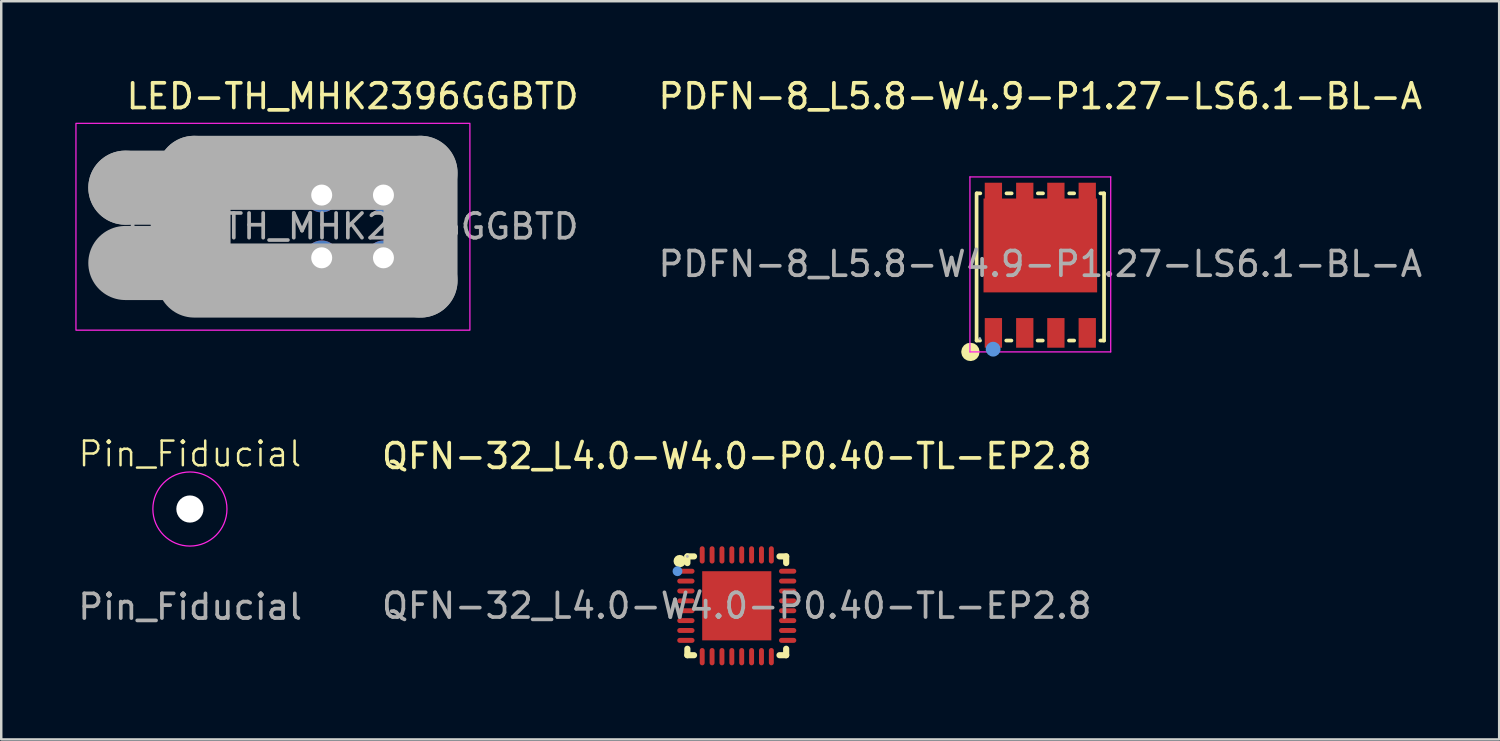
<source format=kicad_pcb>
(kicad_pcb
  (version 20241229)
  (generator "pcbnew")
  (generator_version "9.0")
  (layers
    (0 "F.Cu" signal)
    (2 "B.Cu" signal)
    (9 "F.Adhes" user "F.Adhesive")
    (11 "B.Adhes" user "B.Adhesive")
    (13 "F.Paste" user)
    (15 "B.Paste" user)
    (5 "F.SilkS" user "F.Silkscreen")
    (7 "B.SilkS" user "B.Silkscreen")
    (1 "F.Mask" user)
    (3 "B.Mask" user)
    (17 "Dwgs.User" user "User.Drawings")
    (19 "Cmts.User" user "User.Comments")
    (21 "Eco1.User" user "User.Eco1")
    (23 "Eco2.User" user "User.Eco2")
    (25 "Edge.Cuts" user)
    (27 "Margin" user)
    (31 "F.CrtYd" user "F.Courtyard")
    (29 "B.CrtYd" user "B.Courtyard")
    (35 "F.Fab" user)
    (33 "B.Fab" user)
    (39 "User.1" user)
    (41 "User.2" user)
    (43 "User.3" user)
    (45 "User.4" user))
  (footprint "LED-TH_MHK2396GGBTD"
    (layer "F.Cu")
    (at 11.225 6.118)
    (property "Reference" "LED-TH_MHK2396GGBTD" (at 0 -5.27 0) (layer "F.SilkS") (effects (font (size 1 1) (thickness 0.15))))
    (attr through_hole)
    (fp_rect (start -11.2 -4.175) (end 4.75 4.2) (stroke (width 0.05) (type default)) (fill no) (layer "F.CrtYd"))
    (fp_line (start -9.2 -1.57) (end -9.2 -1.57) (stroke (width 3) (type solid)) (layer "F.Fab"))
    (fp_line (start -9.2 -1.57) (end -6.44 -1.57) (stroke (width 3) (type solid)) (layer "F.Fab"))
    (fp_line (start -6.44 -1.57) (end -6.44 1.48) (stroke (width 3) (type solid)) (layer "F.Fab"))
    (fp_line (start -6.44 1.48) (end -9.2 1.48) (stroke (width 3) (type solid)) (layer "F.Fab"))
    (fp_line (start -6.41 -2.17) (end -6.41 -2.17) (stroke (width 3) (type solid)) (layer "F.Fab"))
    (fp_line (start -6.41 -2.17) (end 2.75 -2.17) (stroke (width 3) (type solid)) (layer "F.Fab"))
    (fp_line (start 2.75 -2.17) (end 2.75 2.19) (stroke (width 3) (type solid)) (layer "F.Fab"))
    (fp_line (start 2.75 2.19) (end -6.41 2.19) (stroke (width 3) (type solid)) (layer "F.Fab"))
    (fp_circle (center 2.7 -2.15) (end 2.73 -2.15) (stroke (width 0.06) (type solid)) (fill no) (layer "F.Fab"))
    (fp_text user "${REFERENCE}" (at 0 0 0) (layer "F.Fab") (effects (font (size 1 1) (thickness 0.15))))
    (pad "1" thru_hole circle (at 1.25 -1.27) (size 1.4 1.4) (drill 0.85) (layers "*.Cu" "*.Mask"))
    (pad "2" thru_hole circle (at 1.25 1.27) (size 1.4 1.4) (drill 0.85) (layers "*.Cu" "*.Mask"))
    (pad "3" thru_hole circle (at -1.25 -1.27) (size 1.4 1.4) (drill 0.85) (layers "*.Cu" "*.Mask"))
    (pad "4" thru_hole circle (at -1.25 1.27) (size 1.4 1.4) (drill 0.85) (layers "*.Cu" "*.Mask")))
  (footprint "PDFN-8_L5.8-W4.9-P1.27-LS6.1-BL-A"
    (layer "F.Cu")
    (at 39.07 7.638)
    (property "Reference" "PDFN-8_L5.8-W4.9-P1.27-LS6.1-BL-A" (at 0 -6.79 0) (layer "F.SilkS") (effects (font (size 1 1) (thickness 0.15))))
    (attr smd)
    (fp_line (start -2.58 -2.86) (end -2.58 3.1) (stroke (width 0.15) (type solid)) (layer "F.SilkS"))
    (fp_line (start -2.58 3.1) (end -2.44 3.1) (stroke (width 0.15) (type solid)) (layer "F.SilkS"))
    (fp_line (start -2.43 -2.86) (end -2.57 -2.86) (stroke (width 0.15) (type solid)) (layer "F.SilkS"))
    (fp_line (start -1.38 3.1) (end -1.17 3.1) (stroke (width 0.15) (type solid)) (layer "F.SilkS"))
    (fp_line (start -1.16 -2.86) (end -1.37 -2.86) (stroke (width 0.15) (type solid)) (layer "F.SilkS"))
    (fp_line (start -0.11 3.1) (end 0.1 3.1) (stroke (width 0.15) (type solid)) (layer "F.SilkS"))
    (fp_line (start 0.11 -2.86) (end -0.1 -2.86) (stroke (width 0.15) (type solid)) (layer "F.SilkS"))
    (fp_line (start 1.16 3.1) (end 1.37 3.1) (stroke (width 0.15) (type solid)) (layer "F.SilkS"))
    (fp_line (start 1.37 -2.86) (end 1.17 -2.86) (stroke (width 0.15) (type solid)) (layer "F.SilkS"))
    (fp_line (start 2.43 3.1) (end 2.58 3.1) (stroke (width 0.15) (type solid)) (layer "F.SilkS"))
    (fp_line (start 2.58 -2.86) (end 2.43 -2.86) (stroke (width 0.15) (type solid)) (layer "F.SilkS"))
    (fp_line (start 2.58 -2.83) (end 2.58 -2.86) (stroke (width 0.15) (type solid)) (layer "F.SilkS"))
    (fp_line (start 2.58 3.1) (end 2.58 -2.83) (stroke (width 0.15) (type solid)) (layer "F.SilkS"))
    (fp_arc (start -2.95 3.55) (mid -2.709687 3.564987) (end -2.950416 3.560034) (stroke (width 0.5) (type solid)) (layer "F.SilkS"))
    (fp_circle (center -1.91 3.45) (end -1.76 3.45) (stroke (width 0.3) (type solid)) (fill no) (layer "Cmts.User"))
    (fp_line (start -2.85 -3.525) (end 2.85 -3.525) (stroke (width 0.05) (type solid)) (layer "F.CrtYd"))
    (fp_line (start -2.85 3.56) (end -2.85 -3.525) (stroke (width 0.05) (type solid)) (layer "F.CrtYd"))
    (fp_line (start -2.85 3.56) (end 2.85 3.56) (stroke (width 0.05) (type solid)) (layer "F.CrtYd"))
    (fp_line (start 2.85 3.56) (end 2.85 -3.525) (stroke (width 0.05) (type solid)) (layer "F.CrtYd"))
    (fp_circle (center -2.45 3.02) (end -2.42 3.02) (stroke (width 0.06) (type solid)) (fill no) (layer "F.Fab"))
    (fp_text user "${REFERENCE}" (at 0 0 0) (layer "F.Fab") (effects (font (size 1 1) (thickness 0.15))))
    (pad "1" smd rect (at -1.9 2.79) (size 0.7 1.2) (layers "F.Cu" "F.Mask" "F.Paste"))
    (pad "2" smd rect (at -0.63 2.79) (size 0.7 1.2) (layers "F.Cu" "F.Mask" "F.Paste"))
    (pad "3" smd rect (at 0.63 2.79) (size 0.7 1.2) (layers "F.Cu" "F.Mask" "F.Paste"))
    (pad "4" smd rect (at 1.9 2.79) (size 0.7 1.2) (layers "F.Cu" "F.Mask" "F.Paste"))
    (pad "5" smd rect (at 1.9 -2.79) (size 0.7 1) (layers "F.Cu" "F.Mask" "F.Paste"))
    (pad "6" smd rect (at 0.63 -2.79) (size 0.7 1) (layers "F.Cu" "F.Mask" "F.Paste"))
    (pad "7" smd rect (at -0.63 -2.79) (size 0.7 1) (layers "F.Cu" "F.Mask" "F.Paste"))
    (pad "8" smd rect (at -1.9 -2.79) (size 0.7 1) (layers "F.Cu" "F.Mask" "F.Paste"))
    (pad "9" smd rect (at 0 -0.75) (size 4.6 3.8) (layers "F.Cu" "F.Mask" "F.Paste")))
  (footprint "Pin_Fiducial"
    (layer "F.Cu")
    (at 4.639 17.559)
    (property "Reference" "Pin_Fiducial" (at 0 -2.23 0) (unlocked yes) (layer "F.SilkS") (effects (font (size 1 1) (thickness 0.1))))
    (attr through_hole board_only exclude_from_bom)
    (fp_circle (center 0 0) (end 1.5 0) (stroke (width 0.05) (type solid)) (fill no) (layer "F.CrtYd"))
    (fp_text user "${REFERENCE}" (at 0.01 3.96 0) (unlocked yes) (layer "F.Fab") (effects (font (size 1 1) (thickness 0.15))))
    (pad "" np_thru_hole circle (at 0 0) (size 1.1 1.1) (drill 1.1) (layers "*.Cu" "*.Paste" "*.Mask")))
  (footprint "QFN-32_L4.0-W4.0-P0.40-TL-EP2.8"
    (layer "F.Cu")
    (at 26.78 21.477)
    (property "Reference" "QFN-32_L4.0-W4.0-P0.40-TL-EP2.8" (at 0 -6.06 0) (layer "F.SilkS") (effects (font (size 1 1) (thickness 0.15))))
    (attr smd)
    (fp_line (start -2 -2) (end -1.73 -2) (stroke (width 0.25) (type solid)) (layer "F.SilkS"))
    (fp_line (start -2 -1.73) (end -2 -2) (stroke (width 0.25) (type solid)) (layer "F.SilkS"))
    (fp_line (start -2 2) (end -2 1.74) (stroke (width 0.25) (type solid)) (layer "F.SilkS"))
    (fp_line (start -1.73 2) (end -2 2) (stroke (width 0.25) (type solid)) (layer "F.SilkS"))
    (fp_line (start 1.73 -2) (end 2 -2) (stroke (width 0.25) (type solid)) (layer "F.SilkS"))
    (fp_line (start 2 -2) (end 2 -1.73) (stroke (width 0.25) (type solid)) (layer "F.SilkS"))
    (fp_line (start 2 1.74) (end 2 2) (stroke (width 0.25) (type solid)) (layer "F.SilkS"))
    (fp_line (start 2 2) (end 1.73 2) (stroke (width 0.25) (type solid)) (layer "F.SilkS"))
    (fp_arc (start -2.31 -1.81) (mid -2.31 -1.81) (end -2.31 -1.81) (stroke (width 0.25) (type solid)) (layer "F.SilkS"))
    (fp_circle (center -2.4 -1.4) (end -2.3 -1.4) (stroke (width 0.2) (type solid)) (fill no) (layer "Cmts.User"))
    (fp_circle (center -2 -2) (end -1.97 -2) (stroke (width 0.06) (type solid)) (fill no) (layer "F.Fab"))
    (fp_text user "${REFERENCE}" (at 0 0 0) (layer "F.Fab") (effects (font (size 1 1) (thickness 0.15))))
    (pad "1" smd oval (at -2.06 -1.4 270) (size 0.2 0.7) (layers "F.Cu" "F.Mask" "F.Paste"))
    (pad "2" smd oval (at -2.06 -1 270) (size 0.2 0.7) (layers "F.Cu" "F.Mask" "F.Paste"))
    (pad "3" smd oval (at -2.06 -0.6 270) (size 0.2 0.7) (layers "F.Cu" "F.Mask" "F.Paste"))
    (pad "4" smd oval (at -2.06 -0.2 270) (size 0.2 0.7) (layers "F.Cu" "F.Mask" "F.Paste"))
    (pad "5" smd oval (at -2.06 0.2 270) (size 0.2 0.7) (layers "F.Cu" "F.Mask" "F.Paste"))
    (pad "6" smd oval (at -2.06 0.6 270) (size 0.2 0.7) (layers "F.Cu" "F.Mask" "F.Paste"))
    (pad "7" smd oval (at -2.06 1 270) (size 0.2 0.7) (layers "F.Cu" "F.Mask" "F.Paste"))
    (pad "8" smd oval (at -2.06 1.4 270) (size 0.2 0.7) (layers "F.Cu" "F.Mask" "F.Paste"))
    (pad "9" smd oval (at -1.4 2.06 180) (size 0.2 0.7) (layers "F.Cu" "F.Mask" "F.Paste"))
    (pad "10" smd oval (at -1 2.06 180) (size 0.2 0.7) (layers "F.Cu" "F.Mask" "F.Paste"))
    (pad "11" smd oval (at -0.6 2.06 180) (size 0.2 0.7) (layers "F.Cu" "F.Mask" "F.Paste"))
    (pad "12" smd oval (at -0.2 2.06 180) (size 0.2 0.7) (layers "F.Cu" "F.Mask" "F.Paste"))
    (pad "13" smd oval (at 0.2 2.06 180) (size 0.2 0.7) (layers "F.Cu" "F.Mask" "F.Paste"))
    (pad "14" smd oval (at 0.6 2.06 180) (size 0.2 0.7) (layers "F.Cu" "F.Mask" "F.Paste"))
    (pad "15" smd oval (at 1 2.06 180) (size 0.2 0.7) (layers "F.Cu" "F.Mask" "F.Paste"))
    (pad "16" smd oval (at 1.4 2.06 180) (size 0.2 0.7) (layers "F.Cu" "F.Mask" "F.Paste"))
    (pad "17" smd oval (at 2.06 1.4 270) (size 0.2 0.7) (layers "F.Cu" "F.Mask" "F.Paste"))
    (pad "18" smd oval (at 2.06 1 270) (size 0.2 0.7) (layers "F.Cu" "F.Mask" "F.Paste"))
    (pad "19" smd oval (at 2.06 0.6 270) (size 0.2 0.7) (layers "F.Cu" "F.Mask" "F.Paste"))
    (pad "20" smd oval (at 2.06 0.2 270) (size 0.2 0.7) (layers "F.Cu" "F.Mask" "F.Paste"))
    (pad "21" smd oval (at 2.06 -0.2 270) (size 0.2 0.7) (layers "F.Cu" "F.Mask" "F.Paste"))
    (pad "22" smd oval (at 2.06 -0.6 270) (size 0.2 0.7) (layers "F.Cu" "F.Mask" "F.Paste"))
    (pad "23" smd oval (at 2.06 -1 270) (size 0.2 0.7) (layers "F.Cu" "F.Mask" "F.Paste"))
    (pad "24" smd oval (at 2.06 -1.4 270) (size 0.2 0.7) (layers "F.Cu" "F.Mask" "F.Paste"))
    (pad "25" smd oval (at 1.4 -2.06) (size 0.2 0.7) (layers "F.Cu" "F.Mask" "F.Paste"))
    (pad "26" smd oval (at 1 -2.06) (size 0.2 0.7) (layers "F.Cu" "F.Mask" "F.Paste"))
    (pad "27" smd oval (at 0.6 -2.06) (size 0.2 0.7) (layers "F.Cu" "F.Mask" "F.Paste"))
    (pad "28" smd oval (at 0.2 -2.06) (size 0.2 0.7) (layers "F.Cu" "F.Mask" "F.Paste"))
    (pad "29" smd oval (at -0.2 -2.06) (size 0.2 0.7) (layers "F.Cu" "F.Mask" "F.Paste"))
    (pad "30" smd oval (at -0.6 -2.06) (size 0.2 0.7) (layers "F.Cu" "F.Mask" "F.Paste"))
    (pad "31" smd oval (at -1 -2.06) (size 0.2 0.7) (layers "F.Cu" "F.Mask" "F.Paste"))
    (pad "32" smd oval (at -1.4 -2.06) (size 0.2 0.7) (layers "F.Cu" "F.Mask" "F.Paste"))
    (pad "33" smd rect (at 0 0 180) (size 2.8 2.8) (layers "F.Cu" "F.Mask" "F.Paste")))
  (gr_rect
    (start -3 -3)
    (end 57.648 26.887)
    (stroke (width 0.1) (type default))
    (fill no)
    (layer "Edge.Cuts")))
</source>
